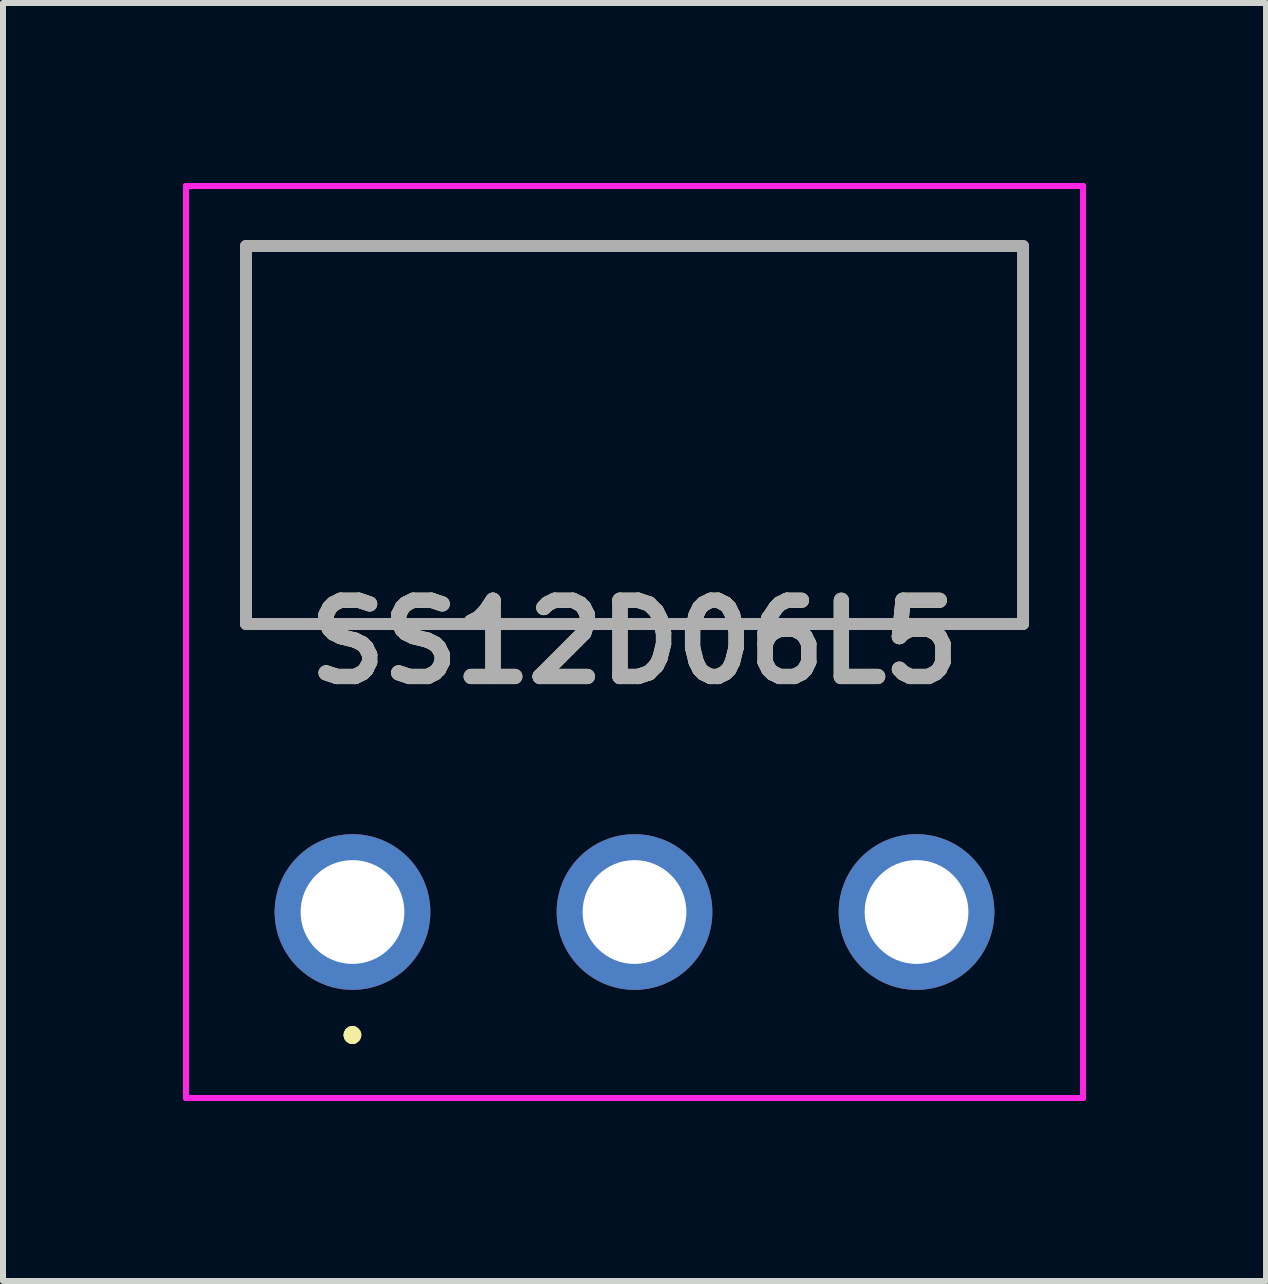
<source format=kicad_pcb>
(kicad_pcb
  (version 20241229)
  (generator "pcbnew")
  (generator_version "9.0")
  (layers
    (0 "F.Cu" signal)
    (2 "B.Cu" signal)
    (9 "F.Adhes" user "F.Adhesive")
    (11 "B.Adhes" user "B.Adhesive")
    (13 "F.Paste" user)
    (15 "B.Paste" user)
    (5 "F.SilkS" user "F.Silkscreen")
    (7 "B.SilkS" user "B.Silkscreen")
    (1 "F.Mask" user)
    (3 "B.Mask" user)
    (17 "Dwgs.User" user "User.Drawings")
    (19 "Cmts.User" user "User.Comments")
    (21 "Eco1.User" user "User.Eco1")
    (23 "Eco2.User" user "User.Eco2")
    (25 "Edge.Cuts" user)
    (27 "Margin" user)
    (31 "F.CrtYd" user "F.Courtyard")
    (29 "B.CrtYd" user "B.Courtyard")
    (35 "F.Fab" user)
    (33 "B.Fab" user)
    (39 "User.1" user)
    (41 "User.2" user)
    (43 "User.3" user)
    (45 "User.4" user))
  (footprint "SS12D06L5"
    (layer "F.Cu")
    (at 2.825 12.15)
    (property "Reference" "SS12D06L5" (at 4.7 -4.5 0) (layer "F.SilkS") (effects (font (size 1.27 1.27) (thickness 0.254))))
    (attr through_hole)
    (fp_line (start -1.775 -11.1) (end 11.175 -11.1) (stroke (width 0.1) (type solid)) (layer "F.SilkS"))
    (fp_line (start -1.775 -4.8) (end -1.775 -11.1) (stroke (width 0.1) (type solid)) (layer "F.SilkS"))
    (fp_line (start 0 2) (end 0 2) (stroke (width 0.2) (type solid)) (layer "F.SilkS"))
    (fp_line (start 0 2) (end 0 2) (stroke (width 0.2) (type solid)) (layer "F.SilkS"))
    (fp_line (start 0 2.1) (end 0 2.1) (stroke (width 0.2) (type solid)) (layer "F.SilkS"))
    (fp_line (start 11.175 -11.1) (end 11.175 -4.8) (stroke (width 0.1) (type solid)) (layer "F.SilkS"))
    (fp_line (start 11.175 -4.8) (end -1.775 -4.8) (stroke (width 0.1) (type solid)) (layer "F.SilkS"))
    (fp_arc (start 0 2) (mid 0.05 2.05) (end 0 2.1) (stroke (width 0.2) (type solid)) (layer "F.SilkS"))
    (fp_arc (start 0 2.1) (mid -0.05 2.05) (end 0 2) (stroke (width 0.2) (type solid)) (layer "F.SilkS"))
    (fp_arc (start 0 2.1) (mid -0.05 2.05) (end 0 2) (stroke (width 0.2) (type solid)) (layer "F.SilkS"))
    (fp_line (start -2.775 -12.1) (end 12.175 -12.1) (stroke (width 0.1) (type solid)) (layer "F.CrtYd"))
    (fp_line (start -2.775 3.1) (end -2.775 -12.1) (stroke (width 0.1) (type solid)) (layer "F.CrtYd"))
    (fp_line (start 12.175 -12.1) (end 12.175 3.1) (stroke (width 0.1) (type solid)) (layer "F.CrtYd"))
    (fp_line (start 12.175 3.1) (end -2.775 3.1) (stroke (width 0.1) (type solid)) (layer "F.CrtYd"))
    (fp_line (start -1.775 -11.1) (end -1.775 -4.8) (stroke (width 0.2) (type solid)) (layer "F.Fab"))
    (fp_line (start -1.775 -4.8) (end 11.175 -4.8) (stroke (width 0.2) (type solid)) (layer "F.Fab"))
    (fp_line (start 11.175 -11.1) (end -1.775 -11.1) (stroke (width 0.2) (type solid)) (layer "F.Fab"))
    (fp_line (start 11.175 -4.8) (end 11.175 -11.1) (stroke (width 0.2) (type solid)) (layer "F.Fab"))
    (fp_text user "${REFERENCE}" (at 4.7 -4.5 0) (layer "F.Fab") (effects (font (size 1.27 1.27) (thickness 0.254))))
    (pad "1" thru_hole circle (at 0 0) (size 2.595 2.595) (drill 1.73) (layers "*.Cu" "*.Mask"))
    (pad "2" thru_hole circle (at 4.7 0) (size 2.595 2.595) (drill 1.73) (layers "*.Cu" "*.Mask"))
    (pad "3" thru_hole circle (at 9.4 0) (size 2.595 2.595) (drill 1.73) (layers "*.Cu" "*.Mask")))
  (gr_rect
    (start -3 -3)
    (end 18.05 18.3)
    (stroke (width 0.1) (type default))
    (fill no)
    (layer "Edge.Cuts")))
</source>
